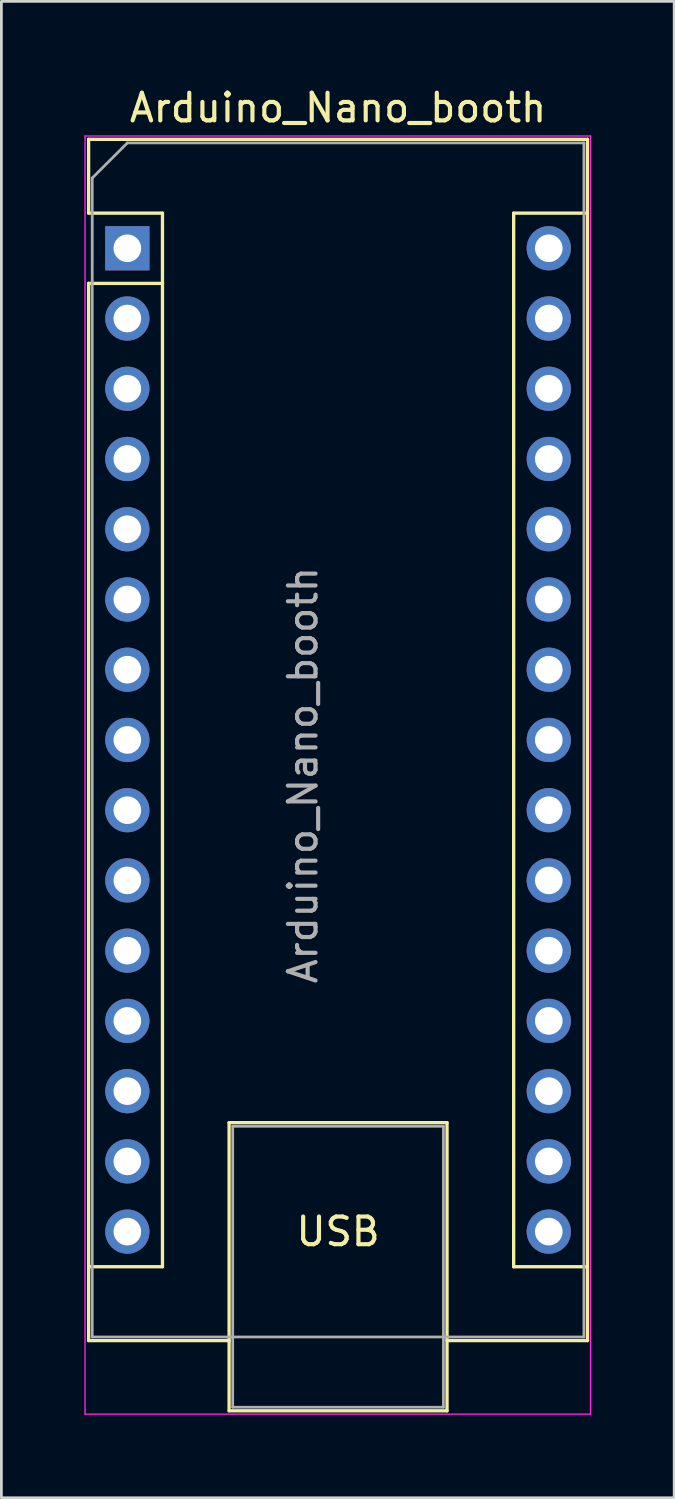
<source format=kicad_pcb>
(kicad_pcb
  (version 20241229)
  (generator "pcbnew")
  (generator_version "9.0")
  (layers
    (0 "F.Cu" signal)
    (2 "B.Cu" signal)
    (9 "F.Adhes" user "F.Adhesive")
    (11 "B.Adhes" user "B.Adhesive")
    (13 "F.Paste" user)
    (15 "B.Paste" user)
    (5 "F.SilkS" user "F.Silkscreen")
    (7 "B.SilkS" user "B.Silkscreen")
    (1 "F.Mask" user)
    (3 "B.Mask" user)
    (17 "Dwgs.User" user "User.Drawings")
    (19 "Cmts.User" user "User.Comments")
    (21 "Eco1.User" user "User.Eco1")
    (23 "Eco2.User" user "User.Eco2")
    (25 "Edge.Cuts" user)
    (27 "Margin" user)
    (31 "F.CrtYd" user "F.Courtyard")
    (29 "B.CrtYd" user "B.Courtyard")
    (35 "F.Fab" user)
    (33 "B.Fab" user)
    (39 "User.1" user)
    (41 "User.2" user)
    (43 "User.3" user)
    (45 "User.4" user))
  (footprint "Arduino_Nano_booth"
    (layer "F.Cu")
    (at 1.555 5.928)
    (property "Reference" "Arduino_Nano_booth" (at 7.62 -5.08 0) (layer "F.SilkS") (effects (font (size 1 1) (thickness 0.15))))
    (attr through_hole)
    (fp_line (start -1.4 -3.94) (end -1.4 -1.27) (stroke (width 0.12) (type solid)) (layer "F.SilkS"))
    (fp_line (start -1.4 1.27) (end -1.4 39.5) (stroke (width 0.12) (type solid)) (layer "F.SilkS"))
    (fp_line (start -1.4 39.5) (end 3.68 39.5) (stroke (width 0.12) (type solid)) (layer "F.SilkS"))
    (fp_line (start 1.27 -1.27) (end -1.4 -1.27) (stroke (width 0.12) (type solid)) (layer "F.SilkS"))
    (fp_line (start 1.27 1.27) (end -1.4 1.27) (stroke (width 0.12) (type solid)) (layer "F.SilkS"))
    (fp_line (start 1.27 1.27) (end 1.27 -1.27) (stroke (width 0.12) (type solid)) (layer "F.SilkS"))
    (fp_line (start 1.27 1.27) (end 1.27 36.83) (stroke (width 0.12) (type solid)) (layer "F.SilkS"))
    (fp_line (start 1.27 36.83) (end -1.4 36.83) (stroke (width 0.12) (type solid)) (layer "F.SilkS"))
    (fp_line (start 3.68 31.62) (end 11.56 31.62) (stroke (width 0.12) (type solid)) (layer "F.SilkS"))
    (fp_line (start 3.68 42.04) (end 3.68 31.62) (stroke (width 0.12) (type solid)) (layer "F.SilkS"))
    (fp_line (start 11.56 31.62) (end 11.56 42.04) (stroke (width 0.12) (type solid)) (layer "F.SilkS"))
    (fp_line (start 11.56 42.04) (end 3.68 42.04) (stroke (width 0.12) (type solid)) (layer "F.SilkS"))
    (fp_line (start 13.97 -1.27) (end 13.97 36.83) (stroke (width 0.12) (type solid)) (layer "F.SilkS"))
    (fp_line (start 13.97 -1.27) (end 16.64 -1.27) (stroke (width 0.12) (type solid)) (layer "F.SilkS"))
    (fp_line (start 13.97 36.83) (end 16.64 36.83) (stroke (width 0.12) (type solid)) (layer "F.SilkS"))
    (fp_line (start 16.64 -3.94) (end -1.4 -3.94) (stroke (width 0.12) (type solid)) (layer "F.SilkS"))
    (fp_line (start 16.64 39.5) (end 11.56 39.5) (stroke (width 0.12) (type solid)) (layer "F.SilkS"))
    (fp_line (start 16.64 39.5) (end 16.64 -3.94) (stroke (width 0.12) (type solid)) (layer "F.SilkS"))
    (fp_line (start -1.53 -4.06) (end -1.53 42.16) (stroke (width 0.05) (type solid)) (layer "F.CrtYd"))
    (fp_line (start -1.53 -4.06) (end 16.75 -4.06) (stroke (width 0.05) (type solid)) (layer "F.CrtYd"))
    (fp_line (start 16.75 42.16) (end -1.53 42.16) (stroke (width 0.05) (type solid)) (layer "F.CrtYd"))
    (fp_line (start 16.75 42.16) (end 16.75 -4.06) (stroke (width 0.05) (type solid)) (layer "F.CrtYd"))
    (fp_line (start -1.27 -2.54) (end 0 -3.81) (stroke (width 0.1) (type solid)) (layer "F.Fab"))
    (fp_line (start -1.27 39.37) (end -1.27 -2.54) (stroke (width 0.1) (type solid)) (layer "F.Fab"))
    (fp_line (start 0 -3.81) (end 16.51 -3.81) (stroke (width 0.1) (type solid)) (layer "F.Fab"))
    (fp_line (start 3.81 31.75) (end 11.43 31.75) (stroke (width 0.1) (type solid)) (layer "F.Fab"))
    (fp_line (start 3.81 41.91) (end 3.81 31.75) (stroke (width 0.1) (type solid)) (layer "F.Fab"))
    (fp_line (start 11.43 31.75) (end 11.43 41.91) (stroke (width 0.1) (type solid)) (layer "F.Fab"))
    (fp_line (start 11.43 41.91) (end 3.81 41.91) (stroke (width 0.1) (type solid)) (layer "F.Fab"))
    (fp_line (start 16.51 -3.81) (end 16.51 39.37) (stroke (width 0.1) (type solid)) (layer "F.Fab"))
    (fp_line (start 16.51 39.37) (end -1.27 39.37) (stroke (width 0.1) (type solid)) (layer "F.Fab"))
    (fp_text user "USB" (at 7.62 35.56 0) (unlocked yes) (layer "F.SilkS") (effects (font (size 1 1) (thickness 0.15))))
    (fp_text user "${REFERENCE}" (at 6.35 19.05 90) (layer "F.Fab") (effects (font (size 1 1) (thickness 0.15))))
    (pad "1" thru_hole rect (at 0 0) (size 1.6 1.6) (drill 1) (layers "*.Cu" "*.Mask"))
    (pad "2" thru_hole oval (at 0 2.54) (size 1.6 1.6) (drill 1) (layers "*.Cu" "*.Mask"))
    (pad "3" thru_hole oval (at 0 5.08) (size 1.6 1.6) (drill 1) (layers "*.Cu" "*.Mask"))
    (pad "4" thru_hole oval (at 0 7.62) (size 1.6 1.6) (drill 1) (layers "*.Cu" "*.Mask"))
    (pad "5" thru_hole oval (at 0 10.16) (size 1.6 1.6) (drill 1) (layers "*.Cu" "*.Mask"))
    (pad "6" thru_hole oval (at 0 12.7) (size 1.6 1.6) (drill 1) (layers "*.Cu" "*.Mask"))
    (pad "7" thru_hole oval (at 0 15.24) (size 1.6 1.6) (drill 1) (layers "*.Cu" "*.Mask"))
    (pad "8" thru_hole oval (at 0 17.78) (size 1.6 1.6) (drill 1) (layers "*.Cu" "*.Mask"))
    (pad "9" thru_hole oval (at 0 20.32) (size 1.6 1.6) (drill 1) (layers "*.Cu" "*.Mask"))
    (pad "10" thru_hole oval (at 0 22.86) (size 1.6 1.6) (drill 1) (layers "*.Cu" "*.Mask"))
    (pad "11" thru_hole oval (at 0 25.4) (size 1.6 1.6) (drill 1) (layers "*.Cu" "*.Mask"))
    (pad "12" thru_hole oval (at 0 27.94) (size 1.6 1.6) (drill 1) (layers "*.Cu" "*.Mask"))
    (pad "13" thru_hole oval (at 0 30.48) (size 1.6 1.6) (drill 1) (layers "*.Cu" "*.Mask"))
    (pad "14" thru_hole oval (at 0 33.02) (size 1.6 1.6) (drill 1) (layers "*.Cu" "*.Mask"))
    (pad "15" thru_hole oval (at 0 35.56) (size 1.6 1.6) (drill 1) (layers "*.Cu" "*.Mask"))
    (pad "16" thru_hole oval (at 15.24 35.56) (size 1.6 1.6) (drill 1) (layers "*.Cu" "*.Mask"))
    (pad "17" thru_hole oval (at 15.24 33.02) (size 1.6 1.6) (drill 1) (layers "*.Cu" "*.Mask"))
    (pad "18" thru_hole oval (at 15.24 30.48) (size 1.6 1.6) (drill 1) (layers "*.Cu" "*.Mask"))
    (pad "19" thru_hole oval (at 15.24 27.94) (size 1.6 1.6) (drill 1) (layers "*.Cu" "*.Mask"))
    (pad "20" thru_hole oval (at 15.24 25.4) (size 1.6 1.6) (drill 1) (layers "*.Cu" "*.Mask"))
    (pad "21" thru_hole oval (at 15.24 22.86) (size 1.6 1.6) (drill 1) (layers "*.Cu" "*.Mask"))
    (pad "22" thru_hole oval (at 15.24 20.32) (size 1.6 1.6) (drill 1) (layers "*.Cu" "*.Mask"))
    (pad "23" thru_hole oval (at 15.24 17.78) (size 1.6 1.6) (drill 1) (layers "*.Cu" "*.Mask"))
    (pad "24" thru_hole oval (at 15.24 15.24) (size 1.6 1.6) (drill 1) (layers "*.Cu" "*.Mask"))
    (pad "25" thru_hole oval (at 15.24 12.7) (size 1.6 1.6) (drill 1) (layers "*.Cu" "*.Mask"))
    (pad "26" thru_hole oval (at 15.24 10.16) (size 1.6 1.6) (drill 1) (layers "*.Cu" "*.Mask"))
    (pad "27" thru_hole oval (at 15.24 7.62) (size 1.6 1.6) (drill 1) (layers "*.Cu" "*.Mask"))
    (pad "28" thru_hole oval (at 15.24 5.08) (size 1.6 1.6) (drill 1) (layers "*.Cu" "*.Mask"))
    (pad "29" thru_hole oval (at 15.24 2.54) (size 1.6 1.6) (drill 1) (layers "*.Cu" "*.Mask"))
    (pad "30" thru_hole oval (at 15.24 0) (size 1.6 1.6) (drill 1) (layers "*.Cu" "*.Mask")))
  (gr_rect
    (start -3 -3)
    (end 21.33 51.113)
    (stroke (width 0.1) (type default))
    (fill no)
    (layer "Edge.Cuts")))
</source>
